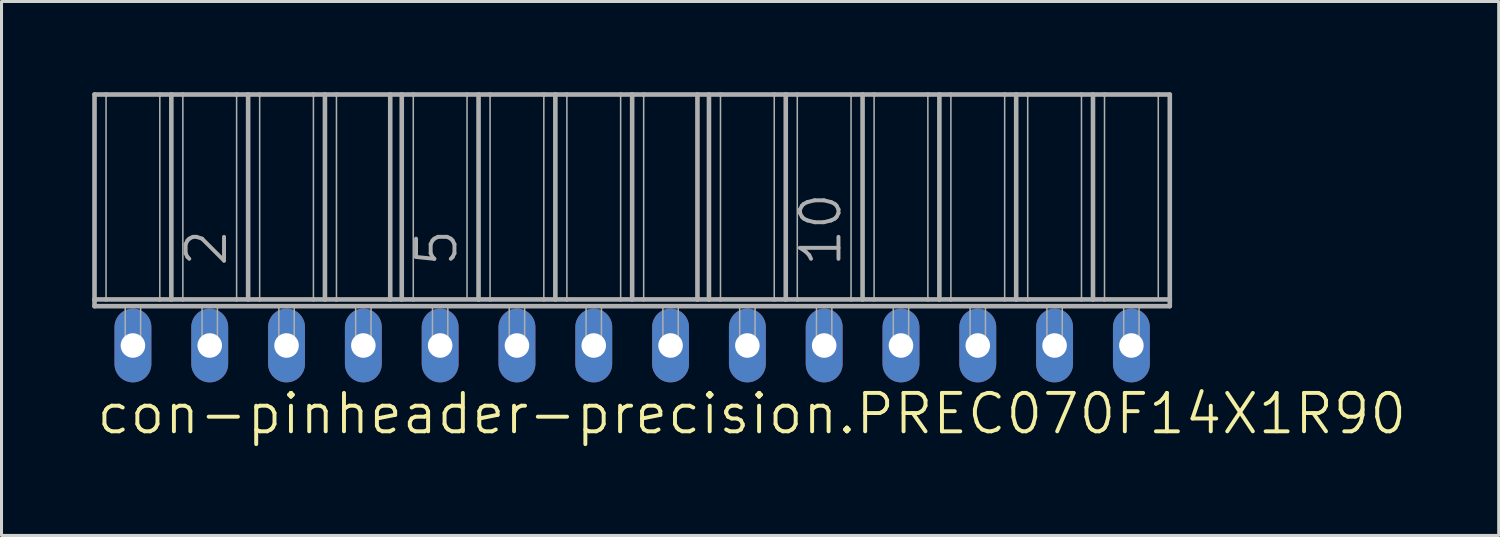
<source format=kicad_pcb>
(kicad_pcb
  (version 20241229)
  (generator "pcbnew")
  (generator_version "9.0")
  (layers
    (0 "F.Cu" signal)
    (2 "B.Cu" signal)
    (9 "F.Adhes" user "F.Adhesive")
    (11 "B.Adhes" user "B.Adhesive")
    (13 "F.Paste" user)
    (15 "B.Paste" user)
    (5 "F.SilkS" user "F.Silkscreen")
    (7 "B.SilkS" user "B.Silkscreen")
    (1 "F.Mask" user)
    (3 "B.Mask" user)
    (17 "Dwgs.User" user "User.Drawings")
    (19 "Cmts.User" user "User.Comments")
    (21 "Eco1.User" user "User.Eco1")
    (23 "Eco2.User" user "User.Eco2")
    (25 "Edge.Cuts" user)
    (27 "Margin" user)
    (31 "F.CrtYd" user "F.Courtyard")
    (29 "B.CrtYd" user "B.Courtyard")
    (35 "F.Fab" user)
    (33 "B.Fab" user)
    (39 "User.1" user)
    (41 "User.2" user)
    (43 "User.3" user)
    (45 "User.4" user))
  (footprint "con-pinheader-precision.PREC070F14X1R90"
    (layer "F.Cu")
    (at 17.856 8.376)
    (property "Reference" "con-pinheader-precision.PREC070F14X1R90" (at -17.78 3 0) (layer "F.SilkS") (effects (font (size 1.27 1.27) (thickness 0.13)) (justify left bottom)))
    (attr through_hole)
    (fp_line (start -17.78 -8.3) (end -17.78 -1.524) (stroke (width 0.152) (type default)) (layer "F.Fab"))
    (fp_line (start -17.78 -8.3) (end -17.399 -8.3) (stroke (width 0.152) (type default)) (layer "F.Fab"))
    (fp_line (start -17.78 -1.524) (end -17.399 -1.524) (stroke (width 0.152) (type default)) (layer "F.Fab"))
    (fp_line (start -17.78 -1.3) (end -17.78 -1.524) (stroke (width 0.152) (type default)) (layer "F.Fab"))
    (fp_line (start -17.78 -1.3) (end 17.78 -1.3) (stroke (width 0.152) (type default)) (layer "F.Fab"))
    (fp_line (start -17.399 -8.3) (end -17.399 -1.524) (stroke (width 0.051) (type default)) (layer "F.Fab"))
    (fp_line (start -17.399 -8.3) (end -15.621 -8.3) (stroke (width 0.152) (type default)) (layer "F.Fab"))
    (fp_line (start -17.399 -1.524) (end -15.621 -1.524) (stroke (width 0.152) (type default)) (layer "F.Fab"))
    (fp_line (start -15.621 -8.3) (end -15.621 -1.524) (stroke (width 0.051) (type default)) (layer "F.Fab"))
    (fp_line (start -15.621 -8.3) (end -15.24 -8.3) (stroke (width 0.152) (type default)) (layer "F.Fab"))
    (fp_line (start -15.621 -1.524) (end -15.24 -1.524) (stroke (width 0.152) (type default)) (layer "F.Fab"))
    (fp_line (start -15.24 -8.3) (end -15.24 -1.524) (stroke (width 0.152) (type default)) (layer "F.Fab"))
    (fp_line (start -15.24 -8.3) (end -14.859 -8.3) (stroke (width 0.152) (type default)) (layer "F.Fab"))
    (fp_line (start -15.24 -1.524) (end -14.859 -1.524) (stroke (width 0.152) (type default)) (layer "F.Fab"))
    (fp_line (start -14.859 -8.3) (end -14.859 -1.524) (stroke (width 0.051) (type default)) (layer "F.Fab"))
    (fp_line (start -14.859 -8.3) (end -13.081 -8.3) (stroke (width 0.152) (type default)) (layer "F.Fab"))
    (fp_line (start -14.859 -1.524) (end -13.081 -1.524) (stroke (width 0.152) (type default)) (layer "F.Fab"))
    (fp_line (start -13.081 -8.3) (end -13.081 -1.524) (stroke (width 0.051) (type default)) (layer "F.Fab"))
    (fp_line (start -13.081 -8.3) (end -12.7 -8.3) (stroke (width 0.152) (type default)) (layer "F.Fab"))
    (fp_line (start -13.081 -1.524) (end -12.7 -1.524) (stroke (width 0.152) (type default)) (layer "F.Fab"))
    (fp_line (start -12.7 -8.3) (end -12.7 -1.524) (stroke (width 0.152) (type default)) (layer "F.Fab"))
    (fp_line (start -12.7 -8.3) (end -12.319 -8.3) (stroke (width 0.152) (type default)) (layer "F.Fab"))
    (fp_line (start -12.7 -1.524) (end -12.319 -1.524) (stroke (width 0.152) (type default)) (layer "F.Fab"))
    (fp_line (start -12.319 -8.3) (end -12.319 -1.524) (stroke (width 0.051) (type default)) (layer "F.Fab"))
    (fp_line (start -12.319 -8.3) (end -10.541 -8.3) (stroke (width 0.152) (type default)) (layer "F.Fab"))
    (fp_line (start -12.319 -1.524) (end -10.541 -1.524) (stroke (width 0.152) (type default)) (layer "F.Fab"))
    (fp_line (start -10.541 -8.3) (end -10.541 -1.524) (stroke (width 0.051) (type default)) (layer "F.Fab"))
    (fp_line (start -10.541 -8.3) (end -10.16 -8.3) (stroke (width 0.152) (type default)) (layer "F.Fab"))
    (fp_line (start -10.541 -1.524) (end -10.16 -1.524) (stroke (width 0.152) (type default)) (layer "F.Fab"))
    (fp_line (start -10.16 -8.3) (end -10.16 -1.524) (stroke (width 0.152) (type default)) (layer "F.Fab"))
    (fp_line (start -10.16 -8.3) (end -9.779 -8.3) (stroke (width 0.152) (type default)) (layer "F.Fab"))
    (fp_line (start -10.16 -1.524) (end -9.779 -1.524) (stroke (width 0.152) (type default)) (layer "F.Fab"))
    (fp_line (start -9.779 -8.3) (end -9.779 -1.524) (stroke (width 0.051) (type default)) (layer "F.Fab"))
    (fp_line (start -9.779 -8.3) (end -8.001 -8.3) (stroke (width 0.152) (type default)) (layer "F.Fab"))
    (fp_line (start -9.779 -1.524) (end -8.001 -1.524) (stroke (width 0.152) (type default)) (layer "F.Fab"))
    (fp_line (start -8.001 -8.3) (end -8.001 -1.524) (stroke (width 0.152) (type default)) (layer "F.Fab"))
    (fp_line (start -8.001 -8.3) (end -7.62 -8.3) (stroke (width 0.152) (type default)) (layer "F.Fab"))
    (fp_line (start -8.001 -1.524) (end -7.62 -1.524) (stroke (width 0.152) (type default)) (layer "F.Fab"))
    (fp_line (start -7.62 -8.3) (end -7.62 -1.524) (stroke (width 0.152) (type default)) (layer "F.Fab"))
    (fp_line (start -7.62 -8.3) (end -7.239 -8.3) (stroke (width 0.152) (type default)) (layer "F.Fab"))
    (fp_line (start -7.62 -1.524) (end -7.239 -1.524) (stroke (width 0.152) (type default)) (layer "F.Fab"))
    (fp_line (start -7.239 -8.3) (end -7.239 -1.524) (stroke (width 0.051) (type default)) (layer "F.Fab"))
    (fp_line (start -7.239 -8.3) (end -5.461 -8.3) (stroke (width 0.152) (type default)) (layer "F.Fab"))
    (fp_line (start -7.239 -1.524) (end -5.08 -1.524) (stroke (width 0.152) (type default)) (layer "F.Fab"))
    (fp_line (start -5.461 -8.3) (end -5.461 -1.524) (stroke (width 0.051) (type default)) (layer "F.Fab"))
    (fp_line (start -5.461 -8.3) (end -5.08 -8.3) (stroke (width 0.152) (type default)) (layer "F.Fab"))
    (fp_line (start -5.08 -8.3) (end -5.08 -1.524) (stroke (width 0.152) (type default)) (layer "F.Fab"))
    (fp_line (start -5.08 -8.3) (end -4.699 -8.3) (stroke (width 0.152) (type default)) (layer "F.Fab"))
    (fp_line (start -5.08 -1.524) (end -4.699 -1.524) (stroke (width 0.152) (type default)) (layer "F.Fab"))
    (fp_line (start -4.699 -8.3) (end -4.699 -1.524) (stroke (width 0.051) (type default)) (layer "F.Fab"))
    (fp_line (start -4.699 -8.3) (end -2.921 -8.3) (stroke (width 0.152) (type default)) (layer "F.Fab"))
    (fp_line (start -4.699 -1.524) (end -2.921 -1.524) (stroke (width 0.152) (type default)) (layer "F.Fab"))
    (fp_line (start -2.921 -8.3) (end -2.921 -1.524) (stroke (width 0.051) (type default)) (layer "F.Fab"))
    (fp_line (start -2.921 -8.3) (end -2.54 -8.3) (stroke (width 0.152) (type default)) (layer "F.Fab"))
    (fp_line (start -2.921 -1.524) (end -2.54 -1.524) (stroke (width 0.152) (type default)) (layer "F.Fab"))
    (fp_line (start -2.54 -8.3) (end -2.159 -8.3) (stroke (width 0.152) (type default)) (layer "F.Fab"))
    (fp_line (start -2.54 -1.524) (end -2.54 -8.3) (stroke (width 0.152) (type default)) (layer "F.Fab"))
    (fp_line (start -2.54 -1.524) (end -2.159 -1.524) (stroke (width 0.152) (type default)) (layer "F.Fab"))
    (fp_line (start -2.159 -8.3) (end -2.159 -1.524) (stroke (width 0.051) (type default)) (layer "F.Fab"))
    (fp_line (start -2.159 -8.3) (end -0.381 -8.3) (stroke (width 0.152) (type default)) (layer "F.Fab"))
    (fp_line (start -2.159 -1.524) (end -0.381 -1.524) (stroke (width 0.152) (type default)) (layer "F.Fab"))
    (fp_line (start -0.381 -8.3) (end -0.381 -1.524) (stroke (width 0.051) (type default)) (layer "F.Fab"))
    (fp_line (start -0.381 -8.3) (end 0 -8.3) (stroke (width 0.152) (type default)) (layer "F.Fab"))
    (fp_line (start -0.381 -1.524) (end 0 -1.524) (stroke (width 0.152) (type default)) (layer "F.Fab"))
    (fp_line (start 0 -8.3) (end 0 -1.524) (stroke (width 0.152) (type default)) (layer "F.Fab"))
    (fp_line (start 0 -8.3) (end 0.381 -8.3) (stroke (width 0.152) (type default)) (layer "F.Fab"))
    (fp_line (start 0 -1.524) (end 0.381 -1.524) (stroke (width 0.152) (type default)) (layer "F.Fab"))
    (fp_line (start 0.381 -8.3) (end 0.381 -1.524) (stroke (width 0.051) (type default)) (layer "F.Fab"))
    (fp_line (start 0.381 -8.3) (end 2.159 -8.3) (stroke (width 0.152) (type default)) (layer "F.Fab"))
    (fp_line (start 0.381 -1.524) (end 2.159 -1.524) (stroke (width 0.152) (type default)) (layer "F.Fab"))
    (fp_line (start 2.159 -8.3) (end 2.159 -1.524) (stroke (width 0.152) (type default)) (layer "F.Fab"))
    (fp_line (start 2.159 -8.3) (end 2.54 -8.3) (stroke (width 0.152) (type default)) (layer "F.Fab"))
    (fp_line (start 2.159 -1.524) (end 2.54 -1.524) (stroke (width 0.152) (type default)) (layer "F.Fab"))
    (fp_line (start 2.54 -8.3) (end 2.54 -1.524) (stroke (width 0.152) (type default)) (layer "F.Fab"))
    (fp_line (start 2.54 -8.3) (end 2.921 -8.3) (stroke (width 0.152) (type default)) (layer "F.Fab"))
    (fp_line (start 2.54 -1.524) (end 2.921 -1.524) (stroke (width 0.152) (type default)) (layer "F.Fab"))
    (fp_line (start 2.921 -8.3) (end 2.921 -1.524) (stroke (width 0.051) (type default)) (layer "F.Fab"))
    (fp_line (start 2.921 -8.3) (end 4.699 -8.3) (stroke (width 0.152) (type default)) (layer "F.Fab"))
    (fp_line (start 2.921 -1.524) (end 4.699 -1.524) (stroke (width 0.152) (type default)) (layer "F.Fab"))
    (fp_line (start 4.699 -8.3) (end 4.699 -1.524) (stroke (width 0.051) (type default)) (layer "F.Fab"))
    (fp_line (start 4.699 -8.3) (end 5.08 -8.3) (stroke (width 0.152) (type default)) (layer "F.Fab"))
    (fp_line (start 4.699 -1.524) (end 5.08 -1.524) (stroke (width 0.152) (type default)) (layer "F.Fab"))
    (fp_line (start 5.08 -8.3) (end 5.08 -1.524) (stroke (width 0.152) (type default)) (layer "F.Fab"))
    (fp_line (start 5.08 -8.3) (end 5.461 -8.3) (stroke (width 0.152) (type default)) (layer "F.Fab"))
    (fp_line (start 5.08 -1.524) (end 5.461 -1.524) (stroke (width 0.152) (type default)) (layer "F.Fab"))
    (fp_line (start 5.461 -8.3) (end 5.461 -1.524) (stroke (width 0.051) (type default)) (layer "F.Fab"))
    (fp_line (start 5.461 -8.3) (end 7.239 -8.3) (stroke (width 0.152) (type default)) (layer "F.Fab"))
    (fp_line (start 5.461 -1.524) (end 7.239 -1.524) (stroke (width 0.152) (type default)) (layer "F.Fab"))
    (fp_line (start 7.239 -8.3) (end 7.239 -1.524) (stroke (width 0.051) (type default)) (layer "F.Fab"))
    (fp_line (start 7.239 -8.3) (end 7.62 -8.3) (stroke (width 0.152) (type default)) (layer "F.Fab"))
    (fp_line (start 7.239 -1.524) (end 7.62 -1.524) (stroke (width 0.152) (type default)) (layer "F.Fab"))
    (fp_line (start 7.62 -8.3) (end 7.62 -1.524) (stroke (width 0.152) (type default)) (layer "F.Fab"))
    (fp_line (start 7.62 -8.3) (end 8.001 -8.3) (stroke (width 0.152) (type default)) (layer "F.Fab"))
    (fp_line (start 7.62 -1.524) (end 8.001 -1.524) (stroke (width 0.152) (type default)) (layer "F.Fab"))
    (fp_line (start 8.001 -8.3) (end 8.001 -1.524) (stroke (width 0.051) (type default)) (layer "F.Fab"))
    (fp_line (start 8.001 -8.3) (end 9.779 -8.3) (stroke (width 0.152) (type default)) (layer "F.Fab"))
    (fp_line (start 8.001 -1.524) (end 9.779 -1.524) (stroke (width 0.152) (type default)) (layer "F.Fab"))
    (fp_line (start 9.779 -8.3) (end 9.779 -1.524) (stroke (width 0.051) (type default)) (layer "F.Fab"))
    (fp_line (start 9.779 -8.3) (end 10.16 -8.3) (stroke (width 0.152) (type default)) (layer "F.Fab"))
    (fp_line (start 9.779 -1.524) (end 10.16 -1.524) (stroke (width 0.152) (type default)) (layer "F.Fab"))
    (fp_line (start 10.16 -8.3) (end 10.16 -1.524) (stroke (width 0.152) (type default)) (layer "F.Fab"))
    (fp_line (start 10.16 -8.3) (end 10.541 -8.3) (stroke (width 0.152) (type default)) (layer "F.Fab"))
    (fp_line (start 10.16 -1.524) (end 10.541 -1.524) (stroke (width 0.152) (type default)) (layer "F.Fab"))
    (fp_line (start 10.541 -8.3) (end 10.541 -1.524) (stroke (width 0.051) (type default)) (layer "F.Fab"))
    (fp_line (start 10.541 -8.3) (end 12.319 -8.3) (stroke (width 0.152) (type default)) (layer "F.Fab"))
    (fp_line (start 10.541 -1.524) (end 12.319 -1.524) (stroke (width 0.152) (type default)) (layer "F.Fab"))
    (fp_line (start 12.319 -8.3) (end 12.319 -1.524) (stroke (width 0.051) (type default)) (layer "F.Fab"))
    (fp_line (start 12.319 -8.3) (end 12.7 -8.3) (stroke (width 0.152) (type default)) (layer "F.Fab"))
    (fp_line (start 12.319 -1.524) (end 12.7 -1.524) (stroke (width 0.152) (type default)) (layer "F.Fab"))
    (fp_line (start 12.7 -8.3) (end 12.7 -1.524) (stroke (width 0.152) (type default)) (layer "F.Fab"))
    (fp_line (start 12.7 -8.3) (end 13.081 -8.3) (stroke (width 0.152) (type default)) (layer "F.Fab"))
    (fp_line (start 12.7 -1.524) (end 13.081 -1.524) (stroke (width 0.152) (type default)) (layer "F.Fab"))
    (fp_line (start 13.081 -8.3) (end 13.081 -1.524) (stroke (width 0.051) (type default)) (layer "F.Fab"))
    (fp_line (start 13.081 -8.3) (end 14.859 -8.3) (stroke (width 0.152) (type default)) (layer "F.Fab"))
    (fp_line (start 13.081 -1.524) (end 14.859 -1.524) (stroke (width 0.152) (type default)) (layer "F.Fab"))
    (fp_line (start 14.859 -8.3) (end 14.859 -1.524) (stroke (width 0.051) (type default)) (layer "F.Fab"))
    (fp_line (start 14.859 -8.3) (end 15.24 -8.3) (stroke (width 0.152) (type default)) (layer "F.Fab"))
    (fp_line (start 14.859 -1.524) (end 15.24 -1.524) (stroke (width 0.152) (type default)) (layer "F.Fab"))
    (fp_line (start 15.24 -8.3) (end 15.24 -1.524) (stroke (width 0.152) (type default)) (layer "F.Fab"))
    (fp_line (start 15.24 -8.3) (end 15.621 -8.3) (stroke (width 0.152) (type default)) (layer "F.Fab"))
    (fp_line (start 15.24 -1.524) (end 15.621 -1.524) (stroke (width 0.152) (type default)) (layer "F.Fab"))
    (fp_line (start 15.621 -8.3) (end 15.621 -1.524) (stroke (width 0.051) (type default)) (layer "F.Fab"))
    (fp_line (start 15.621 -8.3) (end 17.399 -8.3) (stroke (width 0.152) (type default)) (layer "F.Fab"))
    (fp_line (start 15.621 -1.524) (end 17.78 -1.524) (stroke (width 0.152) (type default)) (layer "F.Fab"))
    (fp_line (start 17.399 -8.3) (end 17.399 -1.524) (stroke (width 0.051) (type default)) (layer "F.Fab"))
    (fp_line (start 17.399 -8.3) (end 17.78 -8.3) (stroke (width 0.152) (type default)) (layer "F.Fab"))
    (fp_line (start 17.78 -8.3) (end 17.78 -1.524) (stroke (width 0.152) (type default)) (layer "F.Fab"))
    (fp_line (start 17.78 -1.524) (end 17.78 -1.3) (stroke (width 0.152) (type default)) (layer "F.Fab"))
    (fp_rect (start -16.764 0) (end -16.256 -1.3) (stroke (width 0.05) (type default)) (fill no) (layer "F.Fab"))
    (fp_rect (start -14.224 0) (end -13.716 -1.3) (stroke (width 0.05) (type default)) (fill no) (layer "F.Fab"))
    (fp_rect (start -11.684 0) (end -11.176 -1.3) (stroke (width 0.05) (type default)) (fill no) (layer "F.Fab"))
    (fp_rect (start -9.144 0) (end -8.636 -1.3) (stroke (width 0.05) (type default)) (fill no) (layer "F.Fab"))
    (fp_rect (start -6.604 0) (end -6.096 -1.3) (stroke (width 0.05) (type default)) (fill no) (layer "F.Fab"))
    (fp_rect (start -4.064 0) (end -3.556 -1.3) (stroke (width 0.05) (type default)) (fill no) (layer "F.Fab"))
    (fp_rect (start -1.524 0) (end -1.016 -1.3) (stroke (width 0.05) (type default)) (fill no) (layer "F.Fab"))
    (fp_rect (start 1.016 0) (end 1.524 -1.3) (stroke (width 0.05) (type default)) (fill no) (layer "F.Fab"))
    (fp_rect (start 3.556 0) (end 4.064 -1.3) (stroke (width 0.05) (type default)) (fill no) (layer "F.Fab"))
    (fp_rect (start 6.096 0) (end 6.604 -1.3) (stroke (width 0.05) (type default)) (fill no) (layer "F.Fab"))
    (fp_rect (start 8.636 0) (end 9.144 -1.3) (stroke (width 0.05) (type default)) (fill no) (layer "F.Fab"))
    (fp_rect (start 11.176 0) (end 11.684 -1.3) (stroke (width 0.05) (type default)) (fill no) (layer "F.Fab"))
    (fp_rect (start 13.716 0) (end 14.224 -1.3) (stroke (width 0.05) (type default)) (fill no) (layer "F.Fab"))
    (fp_rect (start 16.256 0) (end 16.764 -1.3) (stroke (width 0.05) (type default)) (fill no) (layer "F.Fab"))
    (fp_text user "10" (at 6.985 -2.54 90) (layer "F.Fab") (effects (font (size 1.27 1.27) (thickness 0.13)) (justify left bottom)))
    (fp_text user "2" (at -13.335 -2.54 90) (layer "F.Fab") (effects (font (size 1.27 1.27) (thickness 0.13)) (justify left bottom)))
    (fp_text user "5" (at -5.715 -2.54 90) (layer "F.Fab") (effects (font (size 1.27 1.27) (thickness 0.13)) (justify left bottom)))
    (pad "1" thru_hole oval (at -16.51 0 90) (size 2.438 1.219) (drill 0.813) (layers "*.Cu" "*.Mask"))
    (pad "2" thru_hole oval (at -13.97 0 90) (size 2.438 1.219) (drill 0.813) (layers "*.Cu" "*.Mask"))
    (pad "3" thru_hole oval (at -11.43 0 90) (size 2.438 1.219) (drill 0.813) (layers "*.Cu" "*.Mask"))
    (pad "4" thru_hole oval (at -8.89 0 90) (size 2.438 1.219) (drill 0.813) (layers "*.Cu" "*.Mask"))
    (pad "5" thru_hole oval (at -6.35 0 90) (size 2.438 1.219) (drill 0.813) (layers "*.Cu" "*.Mask"))
    (pad "6" thru_hole oval (at -3.81 0 90) (size 2.438 1.219) (drill 0.813) (layers "*.Cu" "*.Mask"))
    (pad "7" thru_hole oval (at -1.27 0 90) (size 2.438 1.219) (drill 0.813) (layers "*.Cu" "*.Mask"))
    (pad "8" thru_hole oval (at 1.27 0 90) (size 2.438 1.219) (drill 0.813) (layers "*.Cu" "*.Mask"))
    (pad "9" thru_hole oval (at 3.81 0 90) (size 2.438 1.219) (drill 0.813) (layers "*.Cu" "*.Mask"))
    (pad "10" thru_hole oval (at 6.35 0 90) (size 2.438 1.219) (drill 0.813) (layers "*.Cu" "*.Mask"))
    (pad "11" thru_hole oval (at 8.89 0 90) (size 2.438 1.219) (drill 0.813) (layers "*.Cu" "*.Mask"))
    (pad "12" thru_hole oval (at 11.43 0 90) (size 2.438 1.219) (drill 0.813) (layers "*.Cu" "*.Mask"))
    (pad "13" thru_hole oval (at 13.97 0 90) (size 2.438 1.219) (drill 0.813) (layers "*.Cu" "*.Mask"))
    (pad "14" thru_hole oval (at 16.51 0 90) (size 2.438 1.219) (drill 0.813) (layers "*.Cu" "*.Mask")))
  (gr_rect
    (start -3 -3)
    (end 46.513 14.658)
    (stroke (width 0.1) (type default))
    (fill no)
    (layer "Edge.Cuts")))
</source>
